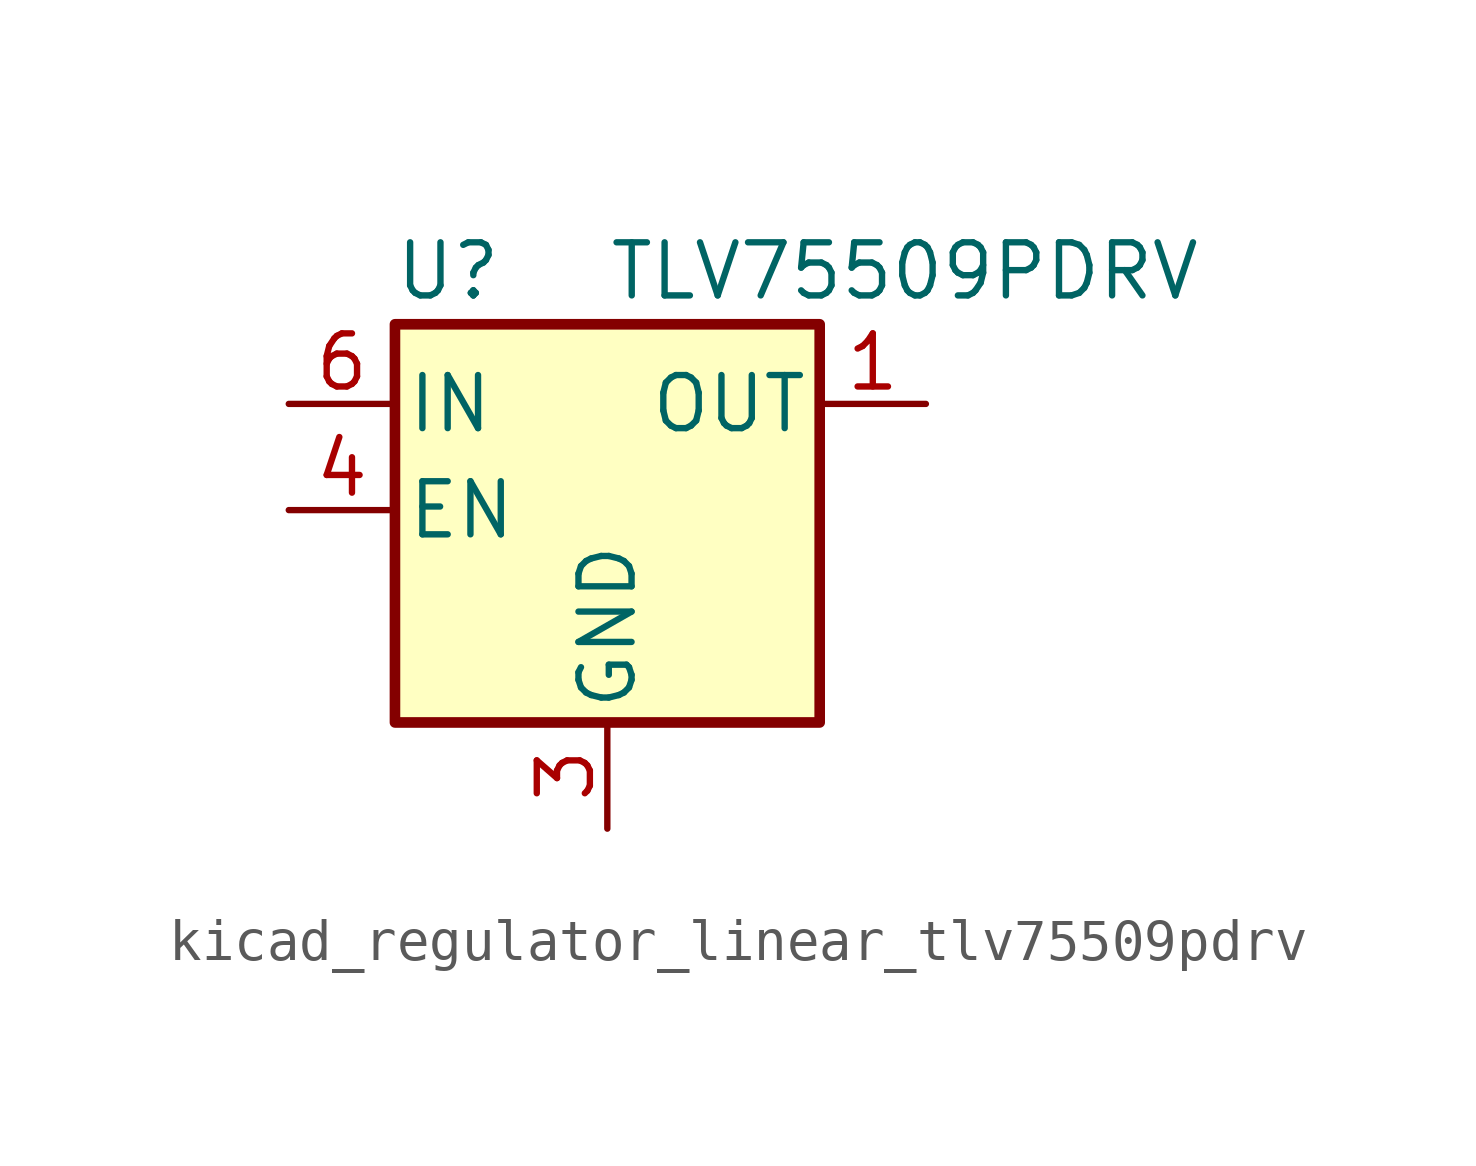
<source format=kicad_sym>
(kicad_symbol_lib
  (version 20220914)
  (generator kicad_symbol_editor)
  (symbol "kicad_regulator_linear_tlv75509pdrv"
    (pin_names
      (offset 0.254))
    (property "Reference" "U"
      (at -3.81 5.715 0)
      (effects (font (size 1.27 1.27))))
    (property "Value" "TLV75509PDRV"
      (at 0 5.715 0)
      (effects (font (size 1.27 1.27)) (justify left)))
    (symbol "kicad_regulator_linear_tlv75509pdrv_0_1"
      (rectangle (start -5.08 4.445) (end 5.08 -5.08) (stroke (width 0.254) (type default)) (fill (type background))))
    (symbol "kicad_regulator_linear_tlv75509pdrv_1_1"
      (pin power_out line (at 7.62 2.54 180) (length 2.54) (name "OUT" (effects (font (size 1.27 1.27)))) (number "1" (effects (font (size 1.27 1.27)))))
      (pin no_connect line (at 5.08 0 180) (length 2.54) hide (name "NC" (effects (font (size 1.27 1.27)))) (number "2" (effects (font (size 1.27 1.27)))))
      (pin power_in line (at 0 -7.62 90) (length 2.54) (name "GND" (effects (font (size 1.27 1.27)))) (number "3" (effects (font (size 1.27 1.27)))))
      (pin input line (at -7.62 0 0) (length 2.54) (name "EN" (effects (font (size 1.27 1.27)))) (number "4" (effects (font (size 1.27 1.27)))))
      (pin no_connect line (at 5.08 -2.54 180) (length 2.54) hide (name "NC" (effects (font (size 1.27 1.27)))) (number "5" (effects (font (size 1.27 1.27)))))
      (pin power_in line (at -7.62 2.54 0) (length 2.54) (name "IN" (effects (font (size 1.27 1.27)))) (number "6" (effects (font (size 1.27 1.27)))))
      (pin passive line (at 0 -7.62 90) (length 2.54) hide (name "GND" (effects (font (size 1.27 1.27)))) (number "7" (effects (font (size 1.27 1.27))))))))
</source>
